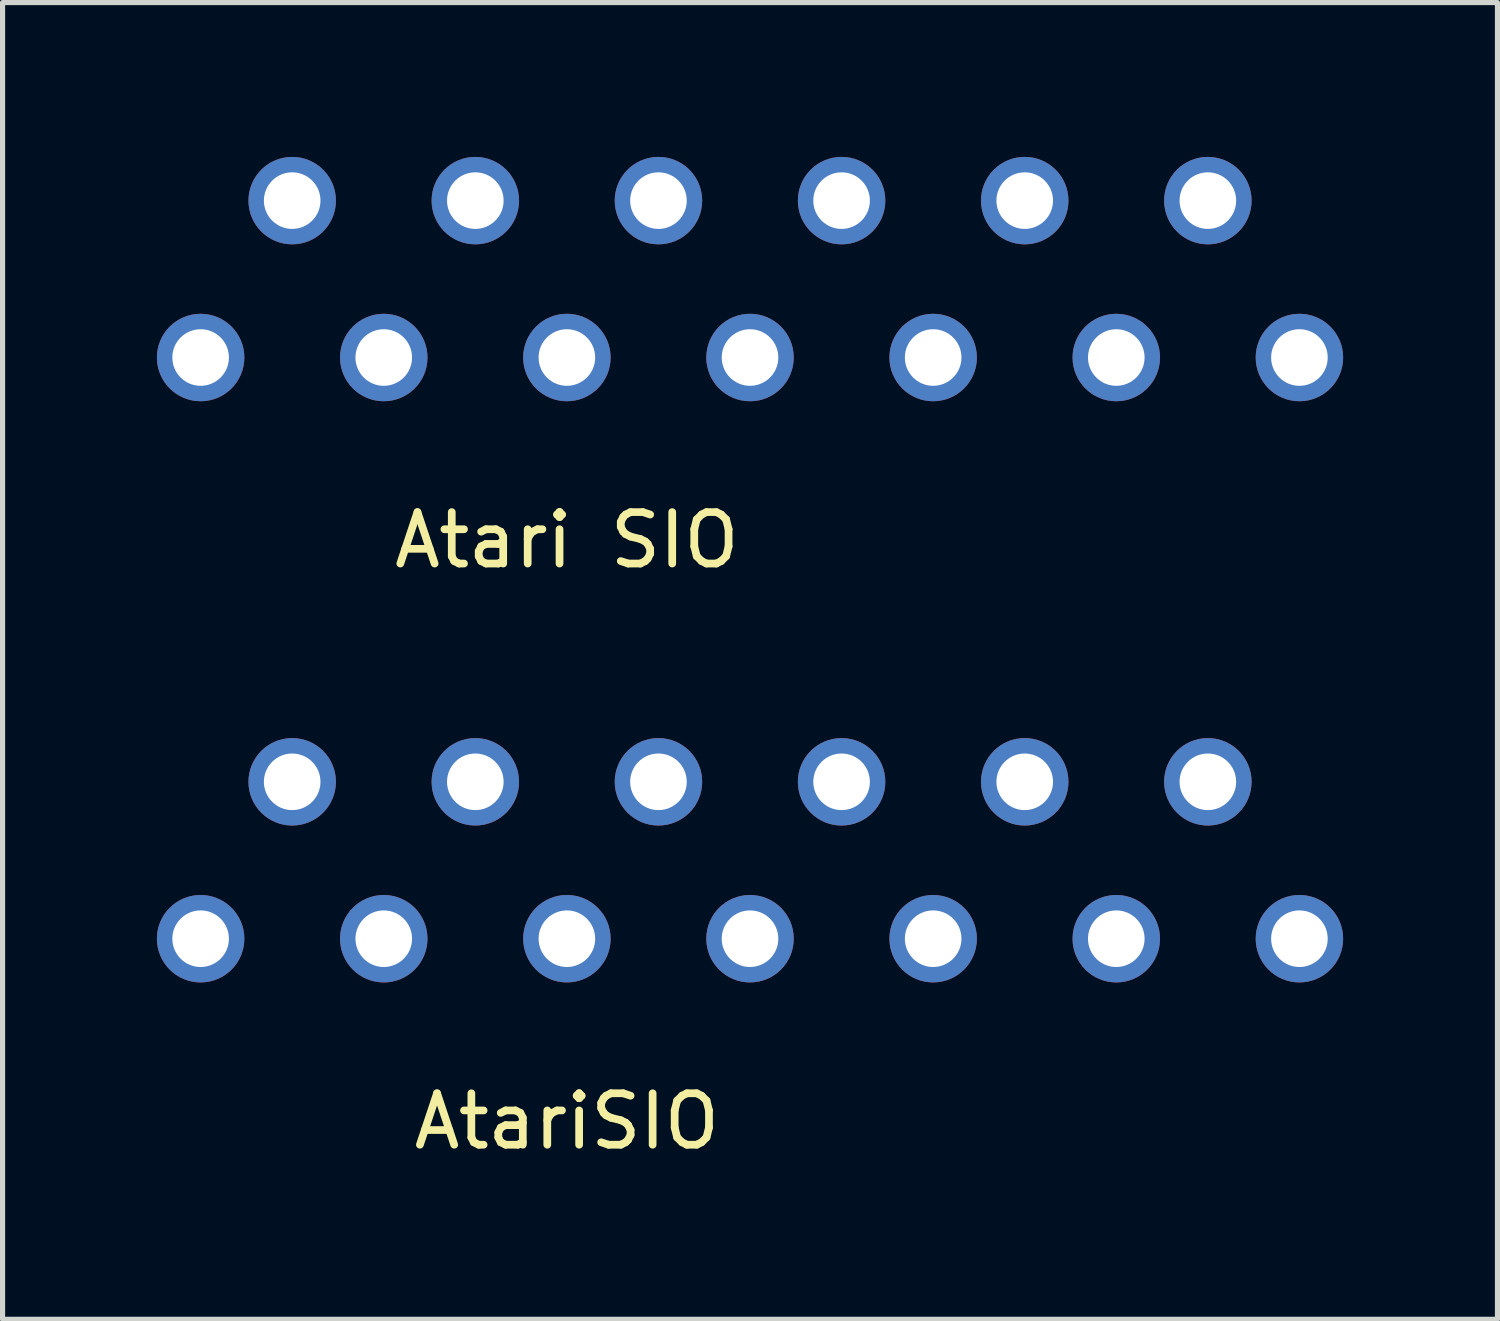
<source format=kicad_pcb>
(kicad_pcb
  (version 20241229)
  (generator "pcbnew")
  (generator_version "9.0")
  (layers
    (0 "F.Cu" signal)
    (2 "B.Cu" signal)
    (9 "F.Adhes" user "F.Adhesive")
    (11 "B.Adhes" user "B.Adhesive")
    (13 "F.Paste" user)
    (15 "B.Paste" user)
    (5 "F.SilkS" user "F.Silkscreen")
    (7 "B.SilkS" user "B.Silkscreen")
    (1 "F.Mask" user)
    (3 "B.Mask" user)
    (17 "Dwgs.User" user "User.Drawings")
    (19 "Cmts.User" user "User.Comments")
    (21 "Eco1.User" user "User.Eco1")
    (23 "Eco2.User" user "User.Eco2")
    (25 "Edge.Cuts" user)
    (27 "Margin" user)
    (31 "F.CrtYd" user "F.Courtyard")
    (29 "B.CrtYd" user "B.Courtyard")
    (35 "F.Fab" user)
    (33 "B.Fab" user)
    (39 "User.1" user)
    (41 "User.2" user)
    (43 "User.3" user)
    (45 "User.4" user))
  (footprint "AtariSIO"
    (layer "F.Cu")
    (at 7.97 18.248)
    (property "Reference" "AtariSIO" (at 0 0.5 0) (layer "F.SilkS") (effects (font (size 1 1) (thickness 0.15))))
    (attr through_hole)
    (pad "1" thru_hole circle (at -7.12 -3.05) (size 1.7 1.7) (drill 1.1) (layers "*.Cu" "*.Mask"))
    (pad "2" thru_hole circle (at -5.34 -6.1) (size 1.7 1.7) (drill 1.1) (layers "*.Cu" "*.Mask"))
    (pad "3" thru_hole circle (at -3.56 -3.05) (size 1.7 1.7) (drill 1.1) (layers "*.Cu" "*.Mask"))
    (pad "4" thru_hole circle (at -1.78 -6.1) (size 1.7 1.7) (drill 1.1) (layers "*.Cu" "*.Mask"))
    (pad "5" thru_hole circle (at 0 -3.05) (size 1.7 1.7) (drill 1.1) (layers "*.Cu" "*.Mask"))
    (pad "6" thru_hole circle (at 1.78 -6.1) (size 1.7 1.7) (drill 1.1) (layers "*.Cu" "*.Mask"))
    (pad "7" thru_hole circle (at 3.56 -3.05) (size 1.7 1.7) (drill 1.1) (layers "*.Cu" "*.Mask"))
    (pad "8" thru_hole circle (at 5.34 -6.1) (size 1.7 1.7) (drill 1.1) (layers "*.Cu" "*.Mask"))
    (pad "9" thru_hole circle (at 7.12 -3.05) (size 1.7 1.7) (drill 1.1) (layers "*.Cu" "*.Mask"))
    (pad "10" thru_hole circle (at 8.9 -6.1) (size 1.7 1.7) (drill 1.1) (layers "*.Cu" "*.Mask"))
    (pad "11" thru_hole circle (at 10.68 -3.05) (size 1.7 1.7) (drill 1.1) (layers "*.Cu" "*.Mask"))
    (pad "12" thru_hole circle (at 12.46 -6.1) (size 1.7 1.7) (drill 1.1) (layers "*.Cu" "*.Mask"))
    (pad "13" thru_hole circle (at 14.24 -3.05) (size 1.7 1.7) (drill 1.1) (layers "*.Cu" "*.Mask")))
  (footprint "Atari SIO"
    (layer "F.Cu")
    (at 7.97 6.95)
    (property "Reference" "Atari SIO" (at 0 0.5 0) (layer "F.SilkS") (effects (font (size 1 1) (thickness 0.15))))
    (attr through_hole)
    (pad "1" thru_hole circle (at -7.12 -3.05) (size 1.7 1.7) (drill 1.1) (layers "*.Cu" "*.Mask"))
    (pad "2" thru_hole circle (at -5.34 -6.1) (size 1.7 1.7) (drill 1.1) (layers "*.Cu" "*.Mask"))
    (pad "3" thru_hole circle (at -3.56 -3.05) (size 1.7 1.7) (drill 1.1) (layers "*.Cu" "*.Mask"))
    (pad "4" thru_hole circle (at -1.78 -6.1) (size 1.7 1.7) (drill 1.1) (layers "*.Cu" "*.Mask"))
    (pad "5" thru_hole circle (at 0 -3.05) (size 1.7 1.7) (drill 1.1) (layers "*.Cu" "*.Mask"))
    (pad "6" thru_hole circle (at 1.78 -6.1) (size 1.7 1.7) (drill 1.1) (layers "*.Cu" "*.Mask"))
    (pad "7" thru_hole circle (at 3.56 -3.05) (size 1.7 1.7) (drill 1.1) (layers "*.Cu" "*.Mask"))
    (pad "8" thru_hole circle (at 5.34 -6.1) (size 1.7 1.7) (drill 1.1) (layers "*.Cu" "*.Mask"))
    (pad "9" thru_hole circle (at 7.12 -3.05) (size 1.7 1.7) (drill 1.1) (layers "*.Cu" "*.Mask"))
    (pad "10" thru_hole circle (at 8.9 -6.1) (size 1.7 1.7) (drill 1.1) (layers "*.Cu" "*.Mask"))
    (pad "11" thru_hole circle (at 10.68 -3.05) (size 1.7 1.7) (drill 1.1) (layers "*.Cu" "*.Mask"))
    (pad "12" thru_hole circle (at 12.46 -6.1) (size 1.7 1.7) (drill 1.1) (layers "*.Cu" "*.Mask"))
    (pad "13" thru_hole circle (at 14.24 -3.05) (size 1.7 1.7) (drill 1.1) (layers "*.Cu" "*.Mask")))
  (gr_rect
    (start -3 -3)
    (end 26.06 22.596)
    (stroke (width 0.1) (type default))
    (fill no)
    (layer "Edge.Cuts")))
</source>
